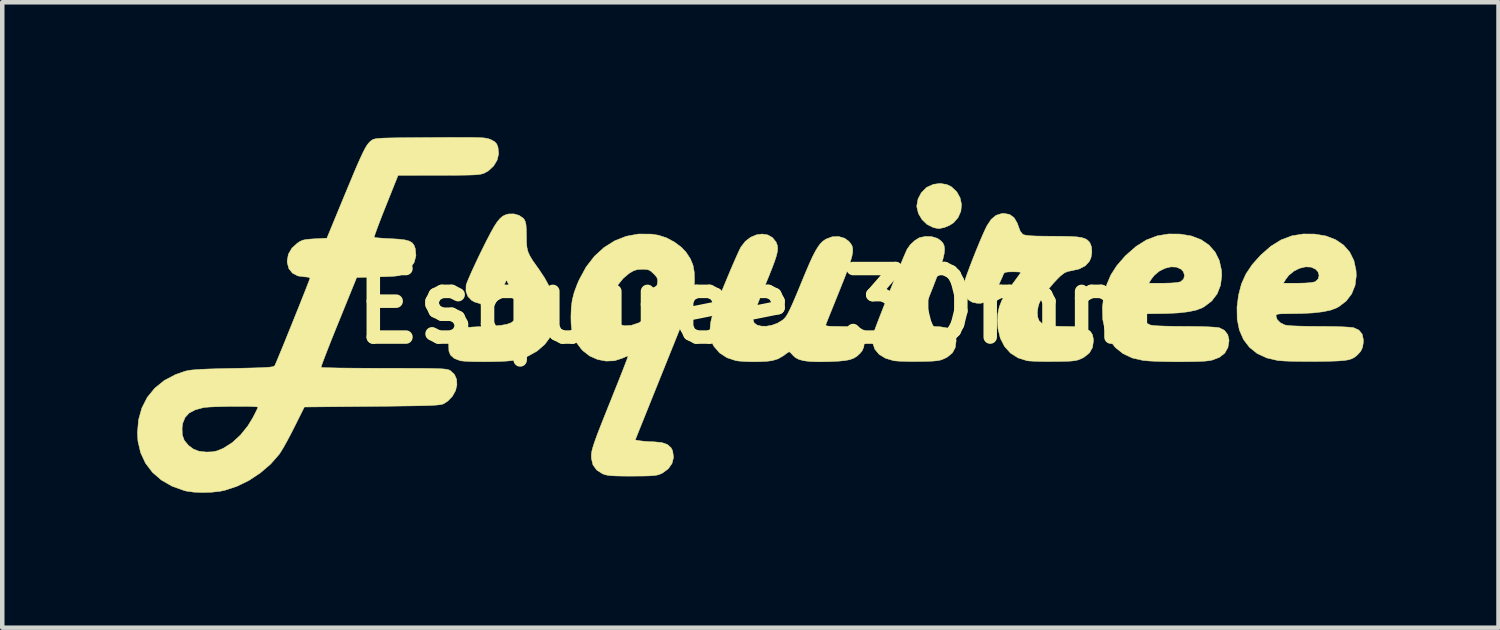
<source format=kicad_pcb>
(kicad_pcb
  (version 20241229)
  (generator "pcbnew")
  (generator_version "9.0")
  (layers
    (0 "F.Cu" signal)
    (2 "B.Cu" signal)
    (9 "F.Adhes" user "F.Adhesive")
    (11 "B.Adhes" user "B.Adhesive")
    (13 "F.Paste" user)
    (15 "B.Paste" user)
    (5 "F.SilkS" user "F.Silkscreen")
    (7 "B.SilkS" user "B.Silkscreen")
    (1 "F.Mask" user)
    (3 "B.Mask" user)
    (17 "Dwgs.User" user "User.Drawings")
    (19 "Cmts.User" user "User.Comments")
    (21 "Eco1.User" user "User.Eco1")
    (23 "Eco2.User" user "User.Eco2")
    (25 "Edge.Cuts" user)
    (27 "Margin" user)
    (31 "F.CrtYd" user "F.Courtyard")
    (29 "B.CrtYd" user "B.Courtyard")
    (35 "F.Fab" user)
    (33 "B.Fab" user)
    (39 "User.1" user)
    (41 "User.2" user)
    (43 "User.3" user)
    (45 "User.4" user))
  (footprint "Esquiree 30mm"
    (layer "F.Cu")
    (at 13.777 3.755)
    (property "Reference" "Esquiree 30mm" (at 0 0 0) (layer "F.SilkS") (effects (font (size 1.524 1.524) (thickness 0.3))))
    (attr through_hole)
    (fp_poly (pts (xy 4.225 -2.702) (xy 4.326 -2.653) (xy 4.445 -2.541) (xy 4.52 -2.405) (xy 4.551 -2.257) (xy 4.536 -2.107) (xy 4.474 -1.967) (xy 4.375 -1.853) (xy 4.281 -1.793) (xy 4.169 -1.747) (xy 4.064 -1.725) (xy 4.036 -1.724) (xy 3.978 -1.734) (xy 3.917 -1.749) (xy 3.783 -1.817) (xy 3.672 -1.924) (xy 3.593 -2.057) (xy 3.558 -2.202) (xy 3.557 -2.231) (xy 3.584 -2.381) (xy 3.657 -2.52) (xy 3.766 -2.631) (xy 3.784 -2.643) (xy 3.925 -2.707) (xy 4.077 -2.727) (xy 4.225 -2.702)) (stroke (width 0.01) (type solid)) (fill yes) (layer "F.SilkS"))
    (fp_poly (pts (xy 3.888 -1.544) (xy 4.008 -1.508) (xy 4.027 -1.497) (xy 4.09 -1.453) (xy 4.136 -1.403) (xy 4.164 -1.343) (xy 4.175 -1.266) (xy 4.166 -1.168) (xy 4.137 -1.042) (xy 4.088 -0.884) (xy 4.018 -0.688) (xy 3.926 -0.448) (xy 3.871 -0.309) (xy 3.796 -0.119) (xy 3.728 0.053) (xy 3.67 0.201) (xy 3.625 0.318) (xy 3.596 0.397) (xy 3.584 0.431) (xy 3.584 0.432) (xy 3.61 0.44) (xy 3.681 0.447) (xy 3.784 0.451) (xy 3.865 0.452) (xy 4.065 0.459) (xy 4.215 0.483) (xy 4.322 0.527) (xy 4.39 0.594) (xy 4.424 0.687) (xy 4.431 0.774) (xy 4.411 0.924) (xy 4.348 1.041) (xy 4.238 1.132) (xy 4.187 1.159) (xy 4.129 1.185) (xy 4.07 1.204) (xy 4.001 1.216) (xy 3.908 1.224) (xy 3.782 1.229) (xy 3.612 1.232) (xy 3.449 1.233) (xy 3.295 1.23) (xy 3.165 1.225) (xy 3.071 1.218) (xy 3.045 1.215) (xy 2.862 1.161) (xy 2.72 1.075) (xy 2.624 0.96) (xy 2.576 0.821) (xy 2.578 0.659) (xy 2.591 0.614) (xy 2.623 0.525) (xy 2.67 0.398) (xy 2.73 0.242) (xy 2.8 0.064) (xy 2.875 -0.129) (xy 2.954 -0.328) (xy 3.034 -0.527) (xy 3.111 -0.718) (xy 3.183 -0.893) (xy 3.245 -1.044) (xy 3.297 -1.165) (xy 3.333 -1.247) (xy 3.345 -1.27) (xy 3.415 -1.368) (xy 3.512 -1.457) (xy 3.612 -1.519) (xy 3.621 -1.522) (xy 3.75 -1.549) (xy 3.888 -1.544)) (stroke (width 0.01) (type solid)) (fill yes) (layer "F.SilkS"))
    (fp_poly (pts (xy -5.283 -2.015) (xy -5.193 -1.952) (xy -5.171 -1.925) (xy -5.147 -1.876) (xy -5.132 -1.807) (xy -5.125 -1.705) (xy -5.122 -1.56) (xy -5.122 -1.553) (xy -5.12 -1.414) (xy -5.111 -1.304) (xy -5.089 -1.211) (xy -5.049 -1.12) (xy -4.987 -1.017) (xy -4.897 -0.889) (xy -4.856 -0.833) (xy -4.719 -0.627) (xy -4.603 -0.415) (xy -4.517 -0.21) (xy -4.465 -0.027) (xy -4.46 0.003) (xy -4.45 0.241) (xy -4.491 0.465) (xy -4.58 0.669) (xy -4.712 0.849) (xy -4.884 0.999) (xy -5.091 1.115) (xy -5.329 1.192) (xy -5.448 1.213) (xy -5.559 1.223) (xy -5.703 1.231) (xy -5.869 1.235) (xy -6.044 1.237) (xy -6.215 1.236) (xy -6.37 1.233) (xy -6.497 1.226) (xy -6.583 1.217) (xy -6.596 1.214) (xy -6.728 1.164) (xy -6.812 1.088) (xy -6.846 1.001) (xy -6.852 0.84) (xy -6.806 0.702) (xy -6.711 0.589) (xy -6.621 0.529) (xy -6.568 0.506) (xy -6.508 0.488) (xy -6.429 0.475) (xy -6.321 0.466) (xy -6.174 0.458) (xy -6.054 0.453) (xy -5.841 0.442) (xy -5.677 0.427) (xy -5.554 0.404) (xy -5.466 0.372) (xy -5.404 0.328) (xy -5.361 0.271) (xy -5.345 0.236) (xy -5.315 0.141) (xy -5.31 0.045) (xy -5.331 -0.063) (xy -5.382 -0.197) (xy -5.436 -0.312) (xy -5.566 -0.579) (xy -5.649 -0.403) (xy -5.748 -0.239) (xy -5.865 -0.123) (xy -5.994 -0.06) (xy -6.133 -0.048) (xy -6.277 -0.091) (xy -6.342 -0.128) (xy -6.424 -0.214) (xy -6.467 -0.33) (xy -6.464 -0.463) (xy -6.462 -0.471) (xy -6.442 -0.528) (xy -6.401 -0.627) (xy -6.343 -0.76) (xy -6.27 -0.917) (xy -6.188 -1.092) (xy -6.125 -1.221) (xy -6.013 -1.447) (xy -5.919 -1.627) (xy -5.841 -1.767) (xy -5.773 -1.871) (xy -5.711 -1.945) (xy -5.653 -1.996) (xy -5.592 -2.027) (xy -5.527 -2.046) (xy -5.52 -2.048) (xy -5.399 -2.049) (xy -5.283 -2.015)) (stroke (width 0.01) (type solid)) (fill yes) (layer "F.SilkS"))
    (fp_poly (pts (xy 9.41 -1.601) (xy 9.66 -1.559) (xy 9.876 -1.477) (xy 10.053 -1.356) (xy 10.19 -1.2) (xy 10.283 -1.012) (xy 10.331 -0.794) (xy 10.336 -0.676) (xy 10.309 -0.46) (xy 10.234 -0.271) (xy 10.112 -0.111) (xy 9.945 0.015) (xy 9.893 0.043) (xy 9.763 0.091) (xy 9.593 0.127) (xy 9.378 0.152) (xy 9.113 0.165) (xy 8.883 0.169) (xy 8.741 0.17) (xy 8.647 0.173) (xy 8.59 0.18) (xy 8.562 0.192) (xy 8.552 0.211) (xy 8.551 0.223) (xy 8.577 0.3) (xy 8.647 0.37) (xy 8.746 0.42) (xy 8.809 0.431) (xy 8.924 0.44) (xy 9.084 0.446) (xy 9.284 0.45) (xy 9.508 0.452) (xy 9.705 0.453) (xy 9.888 0.456) (xy 10.047 0.462) (xy 10.172 0.469) (xy 10.256 0.477) (xy 10.279 0.481) (xy 10.395 0.539) (xy 10.47 0.634) (xy 10.499 0.758) (xy 10.499 0.769) (xy 10.474 0.922) (xy 10.403 1.047) (xy 10.285 1.14) (xy 10.123 1.201) (xy 10.058 1.214) (xy 9.966 1.224) (xy 9.829 1.231) (xy 9.659 1.235) (xy 9.468 1.237) (xy 9.268 1.237) (xy 9.07 1.234) (xy 8.886 1.229) (xy 8.728 1.221) (xy 8.608 1.211) (xy 8.594 1.21) (xy 8.35 1.155) (xy 8.141 1.057) (xy 7.969 0.919) (xy 7.835 0.744) (xy 7.742 0.536) (xy 7.691 0.297) (xy 7.683 0.03) (xy 7.715 -0.226) (xy 7.778 -0.473) (xy 7.793 -0.508) (xy 8.715 -0.508) (xy 9.035 -0.508) (xy 9.201 -0.512) (xy 9.329 -0.522) (xy 9.412 -0.538) (xy 9.426 -0.544) (xy 9.49 -0.603) (xy 9.509 -0.681) (xy 9.484 -0.763) (xy 9.435 -0.818) (xy 9.332 -0.866) (xy 9.208 -0.872) (xy 9.076 -0.84) (xy 8.947 -0.776) (xy 8.835 -0.682) (xy 8.772 -0.6) (xy 8.715 -0.508) (xy 7.793 -0.508) (xy 7.87 -0.691) (xy 8.001 -0.895) (xy 8.177 -1.098) (xy 8.21 -1.132) (xy 8.434 -1.328) (xy 8.661 -1.47) (xy 8.9 -1.561) (xy 9.156 -1.603) (xy 9.41 -1.601)) (stroke (width 0.01) (type solid)) (fill yes) (layer "F.SilkS"))
    (fp_poly (pts (xy 12.401 -1.601) (xy 12.652 -1.559) (xy 12.867 -1.477) (xy 13.045 -1.356) (xy 13.182 -1.2) (xy 13.275 -1.012) (xy 13.322 -0.794) (xy 13.328 -0.676) (xy 13.301 -0.46) (xy 13.225 -0.271) (xy 13.103 -0.111) (xy 12.937 0.015) (xy 12.884 0.043) (xy 12.755 0.091) (xy 12.584 0.127) (xy 12.369 0.152) (xy 12.105 0.165) (xy 11.874 0.169) (xy 11.733 0.17) (xy 11.639 0.173) (xy 11.582 0.18) (xy 11.553 0.192) (xy 11.544 0.211) (xy 11.543 0.223) (xy 11.569 0.3) (xy 11.638 0.37) (xy 11.738 0.42) (xy 11.801 0.431) (xy 11.915 0.44) (xy 12.075 0.446) (xy 12.275 0.45) (xy 12.5 0.452) (xy 12.697 0.453) (xy 12.879 0.456) (xy 13.038 0.462) (xy 13.164 0.469) (xy 13.247 0.477) (xy 13.27 0.481) (xy 13.386 0.535) (xy 13.458 0.622) (xy 13.485 0.744) (xy 13.484 0.812) (xy 13.466 0.922) (xy 13.427 1.003) (xy 13.389 1.048) (xy 13.337 1.101) (xy 13.285 1.141) (xy 13.226 1.172) (xy 13.152 1.195) (xy 13.056 1.21) (xy 12.929 1.22) (xy 12.764 1.226) (xy 12.554 1.23) (xy 12.446 1.231) (xy 12.245 1.232) (xy 12.05 1.23) (xy 11.873 1.227) (xy 11.726 1.221) (xy 11.619 1.214) (xy 11.587 1.211) (xy 11.337 1.153) (xy 11.125 1.055) (xy 10.953 0.917) (xy 10.82 0.743) (xy 10.729 0.534) (xy 10.68 0.293) (xy 10.676 0.021) (xy 10.71 -0.244) (xy 10.775 -0.492) (xy 10.782 -0.508) (xy 11.707 -0.508) (xy 12.027 -0.508) (xy 12.193 -0.512) (xy 12.321 -0.522) (xy 12.403 -0.538) (xy 12.418 -0.544) (xy 12.481 -0.603) (xy 12.501 -0.681) (xy 12.476 -0.763) (xy 12.426 -0.818) (xy 12.323 -0.866) (xy 12.2 -0.872) (xy 12.067 -0.84) (xy 11.939 -0.776) (xy 11.826 -0.682) (xy 11.763 -0.6) (xy 11.707 -0.508) (xy 10.782 -0.508) (xy 10.875 -0.715) (xy 11.017 -0.926) (xy 11.202 -1.132) (xy 11.425 -1.328) (xy 11.653 -1.47) (xy 11.892 -1.561) (xy 12.148 -1.603) (xy 12.401 -1.601)) (stroke (width 0.01) (type solid)) (fill yes) (layer "F.SilkS"))
    (fp_poly (pts (xy 5.622 -2.036) (xy 5.72 -1.964) (xy 5.792 -1.841) (xy 5.815 -1.774) (xy 5.857 -1.663) (xy 5.909 -1.6) (xy 5.928 -1.588) (xy 5.978 -1.575) (xy 6.072 -1.564) (xy 6.211 -1.557) (xy 6.4 -1.554) (xy 6.584 -1.553) (xy 6.809 -1.551) (xy 6.985 -1.547) (xy 7.12 -1.538) (xy 7.22 -1.523) (xy 7.293 -1.501) (xy 7.346 -1.471) (xy 7.387 -1.431) (xy 7.405 -1.408) (xy 7.441 -1.316) (xy 7.449 -1.198) (xy 7.43 -1.078) (xy 7.395 -0.996) (xy 7.302 -0.894) (xy 7.164 -0.824) (xy 7.002 -0.787) (xy 6.91 -0.769) (xy 6.838 -0.737) (xy 6.763 -0.68) (xy 6.709 -0.63) (xy 6.598 -0.513) (xy 6.487 -0.38) (xy 6.388 -0.247) (xy 6.311 -0.128) (xy 6.277 -0.061) (xy 6.25 0.035) (xy 6.237 0.139) (xy 6.237 0.146) (xy 6.246 0.249) (xy 6.276 0.327) (xy 6.334 0.382) (xy 6.426 0.42) (xy 6.558 0.441) (xy 6.736 0.451) (xy 6.844 0.452) (xy 7.057 0.457) (xy 7.22 0.476) (xy 7.339 0.512) (xy 7.418 0.566) (xy 7.464 0.641) (xy 7.483 0.741) (xy 7.484 0.774) (xy 7.462 0.923) (xy 7.394 1.042) (xy 7.278 1.135) (xy 7.239 1.157) (xy 7.183 1.182) (xy 7.13 1.201) (xy 7.068 1.214) (xy 6.987 1.223) (xy 6.877 1.228) (xy 6.727 1.231) (xy 6.618 1.232) (xy 6.448 1.233) (xy 6.289 1.231) (xy 6.152 1.226) (xy 6.05 1.22) (xy 6.009 1.215) (xy 5.808 1.152) (xy 5.64 1.046) (xy 5.508 0.899) (xy 5.414 0.716) (xy 5.361 0.501) (xy 5.351 0.325) (xy 5.36 0.164) (xy 5.39 0.019) (xy 5.445 -0.122) (xy 5.53 -0.273) (xy 5.651 -0.447) (xy 5.672 -0.475) (xy 5.75 -0.58) (xy 5.813 -0.666) (xy 5.856 -0.727) (xy 5.87 -0.75) (xy 5.844 -0.756) (xy 5.777 -0.76) (xy 5.686 -0.762) (xy 5.582 -0.759) (xy 5.522 -0.749) (xy 5.492 -0.727) (xy 5.485 -0.713) (xy 5.466 -0.666) (xy 5.429 -0.583) (xy 5.381 -0.478) (xy 5.358 -0.43) (xy 5.269 -0.266) (xy 5.179 -0.153) (xy 5.082 -0.087) (xy 4.97 -0.061) (xy 4.891 -0.064) (xy 4.793 -0.084) (xy 4.719 -0.128) (xy 4.661 -0.184) (xy 4.603 -0.254) (xy 4.578 -0.312) (xy 4.576 -0.383) (xy 4.579 -0.409) (xy 4.594 -0.473) (xy 4.628 -0.578) (xy 4.676 -0.716) (xy 4.736 -0.878) (xy 4.803 -1.052) (xy 4.874 -1.231) (xy 4.945 -1.404) (xy 5.012 -1.561) (xy 5.072 -1.694) (xy 5.116 -1.785) (xy 5.21 -1.927) (xy 5.318 -2.017) (xy 5.444 -2.057) (xy 5.498 -2.06) (xy 5.622 -2.036)) (stroke (width 0.01) (type solid)) (fill yes) (layer "F.SilkS"))
    (fp_poly (pts (xy -2.346 -1.6) (xy -2.19 -1.576) (xy -2.013 -1.519) (xy -1.834 -1.424) (xy -1.675 -1.305) (xy -1.573 -1.196) (xy -1.48 -1.055) (xy -1.42 -0.912) (xy -1.391 -0.752) (xy -1.386 -0.559) (xy -1.388 -0.526) (xy -1.399 -0.268) (xy -2.052 1.355) (xy -2.704 2.977) (xy -2.587 2.997) (xy -2.493 3.007) (xy -2.374 3.015) (xy -2.286 3.018) (xy -2.114 3.034) (xy -1.988 3.078) (xy -1.905 3.153) (xy -1.872 3.22) (xy -1.852 3.363) (xy -1.885 3.497) (xy -1.967 3.616) (xy -2.094 3.71) (xy -2.131 3.728) (xy -2.178 3.747) (xy -2.234 3.761) (xy -2.306 3.77) (xy -2.405 3.776) (xy -2.54 3.779) (xy -2.719 3.78) (xy -2.78 3.781) (xy -2.974 3.78) (xy -3.12 3.777) (xy -3.228 3.772) (xy -3.308 3.764) (xy -3.368 3.751) (xy -3.418 3.734) (xy -3.432 3.728) (xy -3.561 3.645) (xy -3.643 3.532) (xy -3.678 3.387) (xy -3.68 3.327) (xy -3.677 3.28) (xy -3.668 3.225) (xy -3.651 3.157) (xy -3.624 3.07) (xy -3.585 2.958) (xy -3.533 2.817) (xy -3.464 2.641) (xy -3.378 2.424) (xy -3.273 2.161) (xy -3.265 2.143) (xy -3.175 1.916) (xy -3.091 1.707) (xy -3.017 1.52) (xy -2.955 1.362) (xy -2.907 1.237) (xy -2.875 1.152) (xy -2.861 1.111) (xy -2.861 1.109) (xy -2.888 1.116) (xy -2.95 1.141) (xy -2.994 1.161) (xy -3.167 1.216) (xy -3.354 1.223) (xy -3.542 1.187) (xy -3.716 1.11) (xy -3.865 0.995) (xy -3.908 0.948) (xy -4.005 0.818) (xy -4.07 0.694) (xy -4.11 0.561) (xy -4.129 0.402) (xy -4.133 0.24) (xy -4.126 0.038) (xy -4.121 -0.005) (xy -3.267 -0.005) (xy -3.267 0.141) (xy -3.231 0.264) (xy -3.188 0.326) (xy -3.079 0.402) (xy -2.943 0.437) (xy -2.79 0.428) (xy -2.632 0.376) (xy -2.625 0.373) (xy -2.583 0.349) (xy -2.548 0.316) (xy -2.512 0.264) (xy -2.472 0.186) (xy -2.421 0.07) (xy -2.374 -0.041) (xy -2.317 -0.184) (xy -2.268 -0.317) (xy -2.231 -0.428) (xy -2.21 -0.503) (xy -2.208 -0.513) (xy -2.205 -0.584) (xy -2.224 -0.639) (xy -2.276 -0.701) (xy -2.294 -0.719) (xy -2.359 -0.778) (xy -2.418 -0.808) (xy -2.495 -0.818) (xy -2.548 -0.818) (xy -2.655 -0.812) (xy -2.741 -0.785) (xy -2.837 -0.729) (xy -2.84 -0.727) (xy -2.971 -0.616) (xy -3.083 -0.478) (xy -3.172 -0.324) (xy -3.235 -0.163) (xy -3.267 -0.005) (xy -4.121 -0.005) (xy -4.104 -0.135) (xy -4.061 -0.302) (xy -3.994 -0.483) (xy -3.948 -0.588) (xy -3.796 -0.868) (xy -3.611 -1.107) (xy -3.398 -1.302) (xy -3.161 -1.451) (xy -2.904 -1.552) (xy -2.631 -1.602) (xy -2.346 -1.6)) (stroke (width 0.01) (type solid)) (fill yes) (layer "F.SilkS"))
    (fp_poly (pts (xy 0.243 -1.582) (xy 0.348 -1.523) (xy 0.427 -1.424) (xy 0.439 -1.397) (xy 0.457 -1.343) (xy 0.464 -1.283) (xy 0.457 -1.212) (xy 0.436 -1.121) (xy 0.398 -1.003) (xy 0.342 -0.852) (xy 0.265 -0.659) (xy 0.223 -0.557) (xy 0.128 -0.324) (xy 0.053 -0.137) (xy -0.003 0.009) (xy -0.043 0.12) (xy -0.068 0.203) (xy -0.081 0.263) (xy -0.085 0.299) (xy -0.061 0.372) (xy 0.003 0.421) (xy 0.098 0.446) (xy 0.212 0.448) (xy 0.335 0.426) (xy 0.457 0.382) (xy 0.568 0.315) (xy 0.611 0.278) (xy 0.647 0.235) (xy 0.689 0.166) (xy 0.739 0.067) (xy 0.801 -0.069) (xy 0.877 -0.246) (xy 0.97 -0.47) (xy 0.977 -0.489) (xy 1.08 -0.737) (xy 1.166 -0.939) (xy 1.239 -1.099) (xy 1.303 -1.223) (xy 1.361 -1.318) (xy 1.415 -1.39) (xy 1.47 -1.443) (xy 1.529 -1.484) (xy 1.538 -1.489) (xy 1.676 -1.541) (xy 1.819 -1.547) (xy 1.951 -1.508) (xy 2.041 -1.443) (xy 2.085 -1.393) (xy 2.116 -1.341) (xy 2.131 -1.279) (xy 2.131 -1.203) (xy 2.114 -1.106) (xy 2.079 -0.982) (xy 2.025 -0.825) (xy 1.951 -0.629) (xy 1.855 -0.389) (xy 1.839 -0.349) (xy 1.763 -0.16) (xy 1.693 0.014) (xy 1.632 0.165) (xy 1.584 0.285) (xy 1.551 0.368) (xy 1.536 0.406) (xy 1.536 0.406) (xy 1.534 0.426) (xy 1.553 0.44) (xy 1.602 0.447) (xy 1.69 0.451) (xy 1.81 0.452) (xy 2.014 0.457) (xy 2.167 0.475) (xy 2.277 0.509) (xy 2.347 0.563) (xy 2.385 0.639) (xy 2.396 0.743) (xy 2.393 0.805) (xy 2.376 0.915) (xy 2.342 0.993) (xy 2.298 1.048) (xy 2.232 1.11) (xy 2.161 1.156) (xy 2.076 1.189) (xy 1.965 1.211) (xy 1.819 1.225) (xy 1.628 1.235) (xy 1.609 1.235) (xy 1.373 1.239) (xy 1.186 1.233) (xy 1.041 1.215) (xy 0.932 1.185) (xy 0.852 1.142) (xy 0.807 1.099) (xy 0.758 1.046) (xy 0.724 1.017) (xy 0.72 1.016) (xy 0.689 1.032) (xy 0.632 1.073) (xy 0.598 1.1) (xy 0.473 1.173) (xy 0.341 1.213) (xy 0.223 1.228) (xy 0.07 1.236) (xy -0.099 1.238) (xy -0.264 1.233) (xy -0.404 1.222) (xy -0.47 1.212) (xy -0.664 1.148) (xy -0.828 1.041) (xy -0.953 0.897) (xy -1.009 0.79) (xy -1.035 0.691) (xy -1.041 0.554) (xy -1.038 0.48) (xy -1.032 0.412) (xy -1.022 0.345) (xy -1.005 0.271) (xy -0.978 0.184) (xy -0.94 0.075) (xy -0.887 -0.064) (xy -0.817 -0.239) (xy -0.728 -0.457) (xy -0.646 -0.654) (xy -0.568 -0.84) (xy -0.495 -1.008) (xy -0.433 -1.147) (xy -0.385 -1.252) (xy -0.355 -1.311) (xy -0.257 -1.438) (xy -0.139 -1.529) (xy -0.01 -1.584) (xy 0.12 -1.602) (xy 0.243 -1.582)) (stroke (width 0.01) (type solid)) (fill yes) (layer "F.SilkS"))
    (fp_poly (pts (xy -6.363 -3.75) (xy -6.237 -3.747) (xy -6.141 -3.744) (xy -6.069 -3.739) (xy -6.015 -3.731) (xy -5.973 -3.722) (xy -5.939 -3.711) (xy -5.913 -3.7) (xy -5.831 -3.656) (xy -5.783 -3.603) (xy -5.755 -3.53) (xy -5.74 -3.387) (xy -5.774 -3.245) (xy -5.852 -3.115) (xy -5.967 -3.008) (xy -6.052 -2.96) (xy -6.089 -2.945) (xy -6.131 -2.934) (xy -6.186 -2.925) (xy -6.261 -2.918) (xy -6.361 -2.914) (xy -6.493 -2.911) (xy -6.664 -2.909) (xy -6.88 -2.908) (xy -7.071 -2.908) (xy -7.976 -2.907) (xy -8.249 -2.224) (xy -8.322 -2.041) (xy -8.386 -1.875) (xy -8.44 -1.733) (xy -8.479 -1.624) (xy -8.503 -1.553) (xy -8.508 -1.528) (xy -8.477 -1.522) (xy -8.4 -1.514) (xy -8.288 -1.506) (xy -8.154 -1.499) (xy -8.134 -1.498) (xy -7.952 -1.487) (xy -7.819 -1.47) (xy -7.725 -1.444) (xy -7.662 -1.406) (xy -7.621 -1.352) (xy -7.594 -1.278) (xy -7.594 -1.277) (xy -7.579 -1.12) (xy -7.618 -0.972) (xy -7.708 -0.838) (xy -7.823 -0.741) (xy -7.868 -0.712) (xy -7.911 -0.692) (xy -7.962 -0.677) (xy -8.031 -0.667) (xy -8.128 -0.66) (xy -8.262 -0.654) (xy -8.418 -0.649) (xy -8.897 -0.635) (xy -9.298 0.353) (xy -9.388 0.575) (xy -9.471 0.781) (xy -9.543 0.965) (xy -9.603 1.12) (xy -9.649 1.242) (xy -9.678 1.324) (xy -9.689 1.361) (xy -9.688 1.362) (xy -9.659 1.366) (xy -9.578 1.37) (xy -9.452 1.373) (xy -9.286 1.377) (xy -9.085 1.379) (xy -8.854 1.381) (xy -8.601 1.382) (xy -8.328 1.383) (xy -8.289 1.383) (xy -7.972 1.383) (xy -7.707 1.384) (xy -7.488 1.384) (xy -7.311 1.386) (xy -7.17 1.389) (xy -7.062 1.392) (xy -6.98 1.397) (xy -6.92 1.403) (xy -6.877 1.41) (xy -6.846 1.42) (xy -6.822 1.431) (xy -6.813 1.436) (xy -6.723 1.52) (xy -6.675 1.629) (xy -6.668 1.753) (xy -6.699 1.881) (xy -6.767 2.004) (xy -6.869 2.111) (xy -6.954 2.167) (xy -6.978 2.178) (xy -7.011 2.187) (xy -7.057 2.195) (xy -7.122 2.201) (xy -7.209 2.207) (xy -7.325 2.212) (xy -7.472 2.216) (xy -7.656 2.219) (xy -7.882 2.222) (xy -8.154 2.226) (xy -8.477 2.229) (xy -8.551 2.23) (xy -10.06 2.244) (xy -10.287 2.698) (xy -10.368 2.857) (xy -10.449 3.009) (xy -10.524 3.143) (xy -10.587 3.247) (xy -10.62 3.296) (xy -10.811 3.514) (xy -11.04 3.71) (xy -11.294 3.878) (xy -11.563 4.009) (xy -11.833 4.097) (xy -11.939 4.119) (xy -12.126 4.139) (xy -12.326 4.145) (xy -12.518 4.137) (xy -12.682 4.114) (xy -12.725 4.104) (xy -13.002 4.005) (xy -13.24 3.868) (xy -13.438 3.696) (xy -13.592 3.493) (xy -13.7 3.261) (xy -13.76 3.004) (xy -13.772 2.822) (xy -13.762 2.71) (xy -12.779 2.71) (xy -12.774 2.863) (xy -12.73 2.986) (xy -12.64 3.094) (xy -12.639 3.096) (xy -12.526 3.18) (xy -12.401 3.228) (xy -12.246 3.245) (xy -12.218 3.245) (xy -12.097 3.24) (xy -11.997 3.218) (xy -11.887 3.173) (xy -11.852 3.156) (xy -11.661 3.034) (xy -11.479 2.866) (xy -11.317 2.665) (xy -11.211 2.492) (xy -11.158 2.39) (xy -11.117 2.308) (xy -11.094 2.257) (xy -11.091 2.247) (xy -11.118 2.24) (xy -11.191 2.235) (xy -11.301 2.231) (xy -11.437 2.23) (xy -11.591 2.23) (xy -11.752 2.231) (xy -11.91 2.235) (xy -12.055 2.239) (xy -12.179 2.245) (xy -12.269 2.253) (xy -12.303 2.257) (xy -12.487 2.307) (xy -12.621 2.378) (xy -12.712 2.476) (xy -12.764 2.605) (xy -12.779 2.71) (xy -13.762 2.71) (xy -13.747 2.53) (xy -13.673 2.265) (xy -13.552 2.029) (xy -13.386 1.826) (xy -13.177 1.656) (xy -12.926 1.523) (xy -12.714 1.449) (xy -12.653 1.435) (xy -12.577 1.423) (xy -12.479 1.414) (xy -12.353 1.406) (xy -12.191 1.399) (xy -11.989 1.393) (xy -11.739 1.387) (xy -11.645 1.385) (xy -11.39 1.38) (xy -11.186 1.375) (xy -11.028 1.37) (xy -10.909 1.364) (xy -10.825 1.357) (xy -10.769 1.349) (xy -10.736 1.339) (xy -10.72 1.327) (xy -10.72 1.326) (xy -10.702 1.289) (xy -10.667 1.207) (xy -10.618 1.088) (xy -10.556 0.939) (xy -10.486 0.768) (xy -10.411 0.581) (xy -10.332 0.386) (xy -10.253 0.189) (xy -10.176 -0.001) (xy -10.106 -0.178) (xy -10.043 -0.336) (xy -9.993 -0.465) (xy -9.956 -0.561) (xy -9.937 -0.614) (xy -9.934 -0.623) (xy -9.959 -0.639) (xy -10.022 -0.648) (xy -10.048 -0.649) (xy -10.204 -0.67) (xy -10.324 -0.732) (xy -10.404 -0.831) (xy -10.44 -0.964) (xy -10.442 -1.008) (xy -10.415 -1.154) (xy -10.336 -1.289) (xy -10.218 -1.397) (xy -10.156 -1.438) (xy -10.096 -1.464) (xy -10.023 -1.48) (xy -9.92 -1.49) (xy -9.829 -1.496) (xy -9.559 -1.51) (xy -9.175 -2.441) (xy -9.059 -2.719) (xy -8.963 -2.95) (xy -8.883 -3.138) (xy -8.816 -3.288) (xy -8.761 -3.406) (xy -8.715 -3.496) (xy -8.676 -3.564) (xy -8.64 -3.613) (xy -8.607 -3.65) (xy -8.573 -3.679) (xy -8.57 -3.68) (xy -8.55 -3.695) (xy -8.526 -3.706) (xy -8.493 -3.716) (xy -8.447 -3.724) (xy -8.381 -3.73) (xy -8.292 -3.735) (xy -8.173 -3.738) (xy -8.019 -3.741) (xy -7.824 -3.743) (xy -7.585 -3.745) (xy -7.294 -3.747) (xy -7.264 -3.747) (xy -6.968 -3.749) (xy -6.722 -3.75) (xy -6.523 -3.75) (xy -6.363 -3.75)) (stroke (width 0.01) (type solid)) (fill yes) (layer "F.SilkS")))
  (gr_rect
    (start -3 -3)
    (end 30.267 10.906)
    (stroke (width 0.1) (type default))
    (fill no)
    (layer "Edge.Cuts")))
</source>
